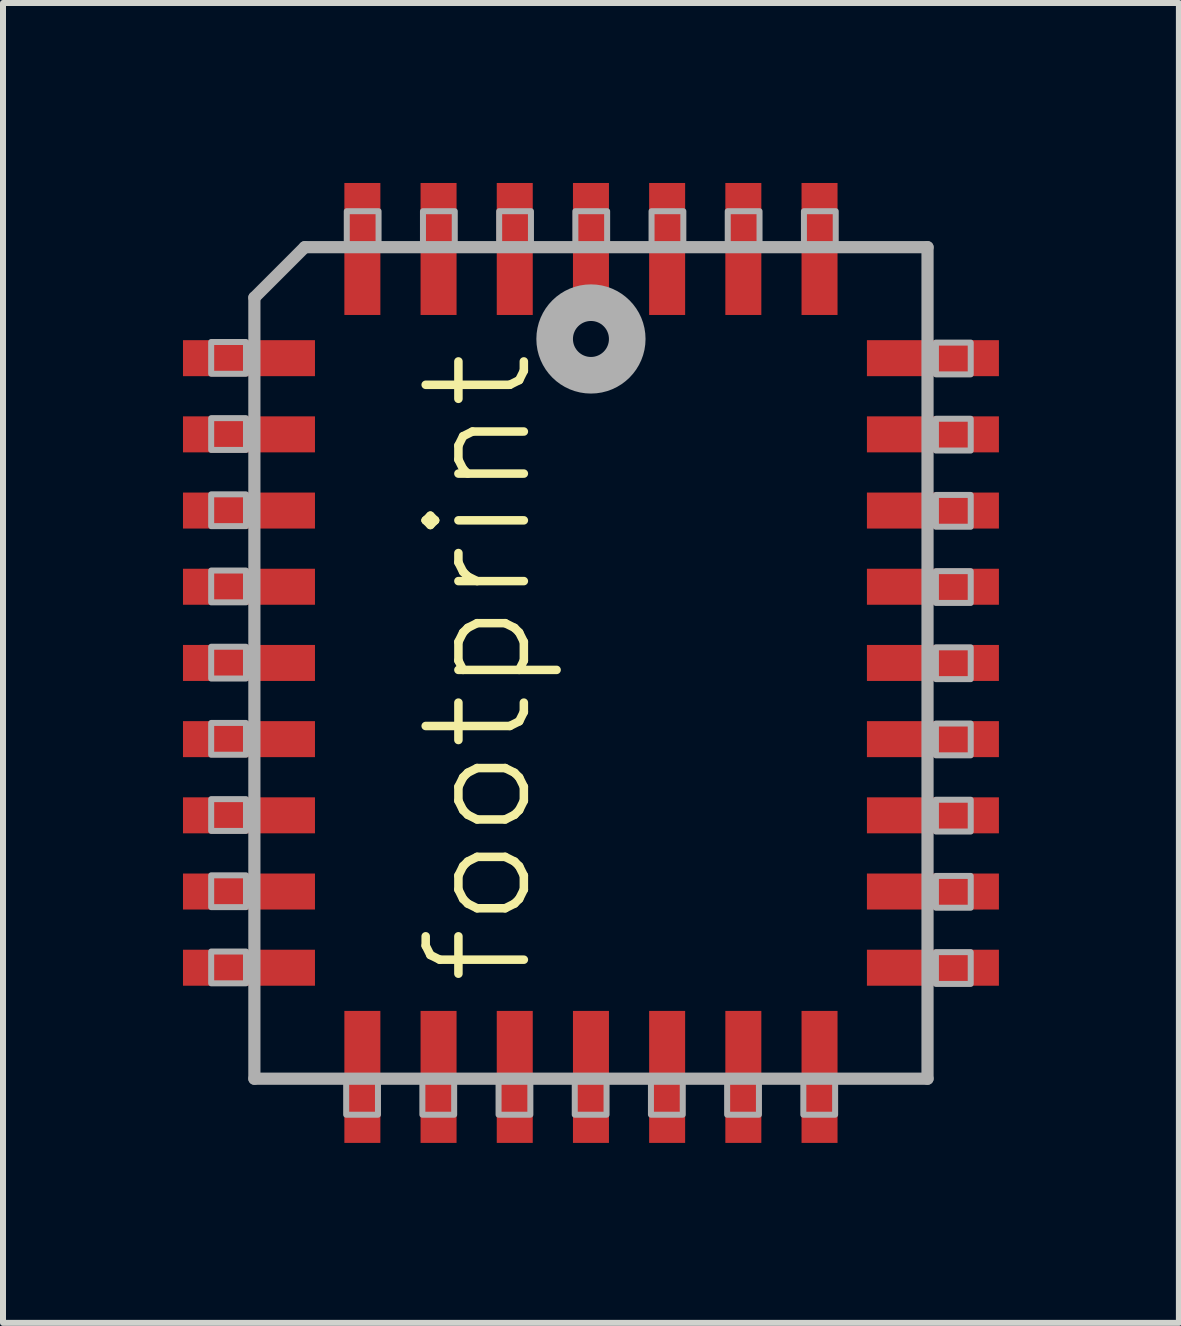
<source format=kicad_pcb>
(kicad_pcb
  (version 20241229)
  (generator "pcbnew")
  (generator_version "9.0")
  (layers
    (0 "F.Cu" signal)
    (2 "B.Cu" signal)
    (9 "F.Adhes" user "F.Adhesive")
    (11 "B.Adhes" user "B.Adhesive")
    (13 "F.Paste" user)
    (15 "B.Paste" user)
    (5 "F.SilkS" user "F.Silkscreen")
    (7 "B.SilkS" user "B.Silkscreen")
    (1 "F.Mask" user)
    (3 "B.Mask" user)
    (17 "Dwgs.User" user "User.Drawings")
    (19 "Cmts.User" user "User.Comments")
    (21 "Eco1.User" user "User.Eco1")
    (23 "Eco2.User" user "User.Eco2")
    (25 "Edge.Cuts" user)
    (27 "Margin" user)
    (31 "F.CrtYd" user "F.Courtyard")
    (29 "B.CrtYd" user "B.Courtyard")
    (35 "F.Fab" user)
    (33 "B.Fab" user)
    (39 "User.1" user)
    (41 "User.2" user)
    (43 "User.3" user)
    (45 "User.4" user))
  (footprint "footprint"
    (layer "F.Cu")
    (at 6.8 8)
    (property "Reference" "footprint" (at -2.825 -5.275 90) (layer "F.SilkS") (effects (font (size 1.636 1.636) (thickness 0.142)) (justify right top)))
    (fp_line (start -5.61 -6.09) (end -5.61 6.93) (stroke (width 0.203) (type solid)) (layer "F.Fab"))
    (fp_line (start -5.61 6.93) (end 5.61 6.93) (stroke (width 0.203) (type solid)) (layer "F.Fab"))
    (fp_line (start -4.77 -6.93) (end -5.61 -6.09) (stroke (width 0.203) (type solid)) (layer "F.Fab"))
    (fp_line (start 5.61 -6.93) (end -4.77 -6.93) (stroke (width 0.203) (type solid)) (layer "F.Fab"))
    (fp_line (start 5.61 6.93) (end 5.61 -6.93) (stroke (width 0.203) (type solid)) (layer "F.Fab"))
    (fp_circle (center 0 -5.4) (end 0.3 -5.4) (stroke (width 0.61) (type solid)) (fill no) (layer "F.Fab"))
    (fp_poly (pts (xy -6.33 -4.82) (xy -5.75 -4.82) (xy -5.75 -5.35) (xy -6.33 -5.35)) (stroke (width 0.1) (type solid)) (fill no) (layer "F.Fab"))
    (fp_poly (pts (xy -6.33 -3.55) (xy -5.75 -3.55) (xy -5.75 -4.08) (xy -6.33 -4.08)) (stroke (width 0.1) (type solid)) (fill no) (layer "F.Fab"))
    (fp_poly (pts (xy -6.33 -2.28) (xy -5.75 -2.28) (xy -5.75 -2.81) (xy -6.33 -2.81)) (stroke (width 0.1) (type solid)) (fill no) (layer "F.Fab"))
    (fp_poly (pts (xy -6.33 -1.01) (xy -5.75 -1.01) (xy -5.75 -1.54) (xy -6.33 -1.54)) (stroke (width 0.1) (type solid)) (fill no) (layer "F.Fab"))
    (fp_poly (pts (xy -6.33 0.26) (xy -5.75 0.26) (xy -5.75 -0.27) (xy -6.33 -0.27)) (stroke (width 0.1) (type solid)) (fill no) (layer "F.Fab"))
    (fp_poly (pts (xy -6.33 1.53) (xy -5.75 1.53) (xy -5.75 1) (xy -6.33 1)) (stroke (width 0.1) (type solid)) (fill no) (layer "F.Fab"))
    (fp_poly (pts (xy -6.33 2.8) (xy -5.75 2.8) (xy -5.75 2.27) (xy -6.33 2.27)) (stroke (width 0.1) (type solid)) (fill no) (layer "F.Fab"))
    (fp_poly (pts (xy -6.33 4.07) (xy -5.75 4.07) (xy -5.75 3.54) (xy -6.33 3.54)) (stroke (width 0.1) (type solid)) (fill no) (layer "F.Fab"))
    (fp_poly (pts (xy -6.33 5.34) (xy -5.75 5.34) (xy -5.75 4.81) (xy -6.33 4.81)) (stroke (width 0.1) (type solid)) (fill no) (layer "F.Fab"))
    (fp_poly (pts (xy -4.08 7.53) (xy -3.55 7.53) (xy -3.55 6.95) (xy -4.08 6.95)) (stroke (width 0.1) (type solid)) (fill no) (layer "F.Fab"))
    (fp_poly (pts (xy -4.07 -6.95) (xy -3.54 -6.95) (xy -3.54 -7.53) (xy -4.07 -7.53)) (stroke (width 0.1) (type solid)) (fill no) (layer "F.Fab"))
    (fp_poly (pts (xy -2.81 7.53) (xy -2.28 7.53) (xy -2.28 6.95) (xy -2.81 6.95)) (stroke (width 0.1) (type solid)) (fill no) (layer "F.Fab"))
    (fp_poly (pts (xy -2.8 -6.95) (xy -2.27 -6.95) (xy -2.27 -7.53) (xy -2.8 -7.53)) (stroke (width 0.1) (type solid)) (fill no) (layer "F.Fab"))
    (fp_poly (pts (xy -1.54 7.53) (xy -1.01 7.53) (xy -1.01 6.95) (xy -1.54 6.95)) (stroke (width 0.1) (type solid)) (fill no) (layer "F.Fab"))
    (fp_poly (pts (xy -1.53 -6.95) (xy -1 -6.95) (xy -1 -7.53) (xy -1.53 -7.53)) (stroke (width 0.1) (type solid)) (fill no) (layer "F.Fab"))
    (fp_poly (pts (xy -0.27 7.53) (xy 0.26 7.53) (xy 0.26 6.95) (xy -0.27 6.95)) (stroke (width 0.1) (type solid)) (fill no) (layer "F.Fab"))
    (fp_poly (pts (xy -0.26 -6.95) (xy 0.27 -6.95) (xy 0.27 -7.53) (xy -0.26 -7.53)) (stroke (width 0.1) (type solid)) (fill no) (layer "F.Fab"))
    (fp_poly (pts (xy 1 7.53) (xy 1.53 7.53) (xy 1.53 6.95) (xy 1 6.95)) (stroke (width 0.1) (type solid)) (fill no) (layer "F.Fab"))
    (fp_poly (pts (xy 1.01 -6.95) (xy 1.54 -6.95) (xy 1.54 -7.53) (xy 1.01 -7.53)) (stroke (width 0.1) (type solid)) (fill no) (layer "F.Fab"))
    (fp_poly (pts (xy 2.27 7.53) (xy 2.8 7.53) (xy 2.8 6.95) (xy 2.27 6.95)) (stroke (width 0.1) (type solid)) (fill no) (layer "F.Fab"))
    (fp_poly (pts (xy 2.28 -6.95) (xy 2.81 -6.95) (xy 2.81 -7.53) (xy 2.28 -7.53)) (stroke (width 0.1) (type solid)) (fill no) (layer "F.Fab"))
    (fp_poly (pts (xy 3.54 7.53) (xy 4.07 7.53) (xy 4.07 6.95) (xy 3.54 6.95)) (stroke (width 0.1) (type solid)) (fill no) (layer "F.Fab"))
    (fp_poly (pts (xy 3.55 -6.95) (xy 4.08 -6.95) (xy 4.08 -7.53) (xy 3.55 -7.53)) (stroke (width 0.1) (type solid)) (fill no) (layer "F.Fab"))
    (fp_poly (pts (xy 5.75 -4.81) (xy 6.33 -4.81) (xy 6.33 -5.34) (xy 5.75 -5.34)) (stroke (width 0.1) (type solid)) (fill no) (layer "F.Fab"))
    (fp_poly (pts (xy 5.75 -3.54) (xy 6.33 -3.54) (xy 6.33 -4.07) (xy 5.75 -4.07)) (stroke (width 0.1) (type solid)) (fill no) (layer "F.Fab"))
    (fp_poly (pts (xy 5.75 -2.27) (xy 6.33 -2.27) (xy 6.33 -2.8) (xy 5.75 -2.8)) (stroke (width 0.1) (type solid)) (fill no) (layer "F.Fab"))
    (fp_poly (pts (xy 5.75 -1) (xy 6.33 -1) (xy 6.33 -1.53) (xy 5.75 -1.53)) (stroke (width 0.1) (type solid)) (fill no) (layer "F.Fab"))
    (fp_poly (pts (xy 5.75 0.27) (xy 6.33 0.27) (xy 6.33 -0.26) (xy 5.75 -0.26)) (stroke (width 0.1) (type solid)) (fill no) (layer "F.Fab"))
    (fp_poly (pts (xy 5.75 1.54) (xy 6.33 1.54) (xy 6.33 1.01) (xy 5.75 1.01)) (stroke (width 0.1) (type solid)) (fill no) (layer "F.Fab"))
    (fp_poly (pts (xy 5.75 2.81) (xy 6.33 2.81) (xy 6.33 2.28) (xy 5.75 2.28)) (stroke (width 0.1) (type solid)) (fill no) (layer "F.Fab"))
    (fp_poly (pts (xy 5.75 4.08) (xy 6.33 4.08) (xy 6.33 3.55) (xy 5.75 3.55)) (stroke (width 0.1) (type solid)) (fill no) (layer "F.Fab"))
    (fp_poly (pts (xy 5.75 5.35) (xy 6.33 5.35) (xy 6.33 4.82) (xy 5.75 4.82)) (stroke (width 0.1) (type solid)) (fill no) (layer "F.Fab"))
    (pad "1" smd rect (at 0 -6.9) (size 0.6 2.2) (layers "F.Cu" "F.Mask" "F.Paste"))
    (pad "2" smd rect (at -1.27 -6.9) (size 0.6 2.2) (layers "F.Cu" "F.Mask" "F.Paste"))
    (pad "3" smd rect (at -2.54 -6.9) (size 0.6 2.2) (layers "F.Cu" "F.Mask" "F.Paste"))
    (pad "4" smd rect (at -3.81 -6.9) (size 0.6 2.2) (layers "F.Cu" "F.Mask" "F.Paste"))
    (pad "5" smd rect (at -5.7 -5.08) (size 2.2 0.6) (layers "F.Cu" "F.Mask" "F.Paste"))
    (pad "6" smd rect (at -5.7 -3.81) (size 2.2 0.6) (layers "F.Cu" "F.Mask" "F.Paste"))
    (pad "7" smd rect (at -5.7 -2.54) (size 2.2 0.6) (layers "F.Cu" "F.Mask" "F.Paste"))
    (pad "8" smd rect (at -5.7 -1.27) (size 2.2 0.6) (layers "F.Cu" "F.Mask" "F.Paste"))
    (pad "9" smd rect (at -5.7 0) (size 2.2 0.6) (layers "F.Cu" "F.Mask" "F.Paste"))
    (pad "10" smd rect (at -5.7 1.27) (size 2.2 0.6) (layers "F.Cu" "F.Mask" "F.Paste"))
    (pad "11" smd rect (at -5.7 2.54) (size 2.2 0.6) (layers "F.Cu" "F.Mask" "F.Paste"))
    (pad "12" smd rect (at -5.7 3.81) (size 2.2 0.6) (layers "F.Cu" "F.Mask" "F.Paste"))
    (pad "13" smd rect (at -5.7 5.08) (size 2.2 0.6) (layers "F.Cu" "F.Mask" "F.Paste"))
    (pad "14" smd rect (at -3.81 6.9) (size 0.6 2.2) (layers "F.Cu" "F.Mask" "F.Paste"))
    (pad "15" smd rect (at -2.54 6.9) (size 0.6 2.2) (layers "F.Cu" "F.Mask" "F.Paste"))
    (pad "16" smd rect (at -1.27 6.9) (size 0.6 2.2) (layers "F.Cu" "F.Mask" "F.Paste"))
    (pad "17" smd rect (at 0 6.9) (size 0.6 2.2) (layers "F.Cu" "F.Mask" "F.Paste"))
    (pad "18" smd rect (at 1.27 6.9) (size 0.6 2.2) (layers "F.Cu" "F.Mask" "F.Paste"))
    (pad "19" smd rect (at 2.54 6.9) (size 0.6 2.2) (layers "F.Cu" "F.Mask" "F.Paste"))
    (pad "20" smd rect (at 3.81 6.9) (size 0.6 2.2) (layers "F.Cu" "F.Mask" "F.Paste"))
    (pad "21" smd rect (at 5.7 5.08) (size 2.2 0.6) (layers "F.Cu" "F.Mask" "F.Paste"))
    (pad "22" smd rect (at 5.7 3.81) (size 2.2 0.6) (layers "F.Cu" "F.Mask" "F.Paste"))
    (pad "23" smd rect (at 5.7 2.54) (size 2.2 0.6) (layers "F.Cu" "F.Mask" "F.Paste"))
    (pad "24" smd rect (at 5.7 1.27) (size 2.2 0.6) (layers "F.Cu" "F.Mask" "F.Paste"))
    (pad "25" smd rect (at 5.7 0) (size 2.2 0.6) (layers "F.Cu" "F.Mask" "F.Paste"))
    (pad "26" smd rect (at 5.7 -1.27) (size 2.2 0.6) (layers "F.Cu" "F.Mask" "F.Paste"))
    (pad "27" smd rect (at 5.7 -2.54) (size 2.2 0.6) (layers "F.Cu" "F.Mask" "F.Paste"))
    (pad "28" smd rect (at 5.7 -3.81) (size 2.2 0.6) (layers "F.Cu" "F.Mask" "F.Paste"))
    (pad "29" smd rect (at 5.7 -5.08) (size 2.2 0.6) (layers "F.Cu" "F.Mask" "F.Paste"))
    (pad "30" smd rect (at 3.81 -6.9) (size 0.6 2.2) (layers "F.Cu" "F.Mask" "F.Paste"))
    (pad "31" smd rect (at 2.54 -6.9) (size 0.6 2.2) (layers "F.Cu" "F.Mask" "F.Paste"))
    (pad "32" smd rect (at 1.27 -6.9) (size 0.6 2.2) (layers "F.Cu" "F.Mask" "F.Paste")))
  (gr_rect
    (start -3 -3)
    (end 16.6 19)
    (stroke (width 0.1) (type default))
    (fill no)
    (layer "Edge.Cuts")))
</source>
